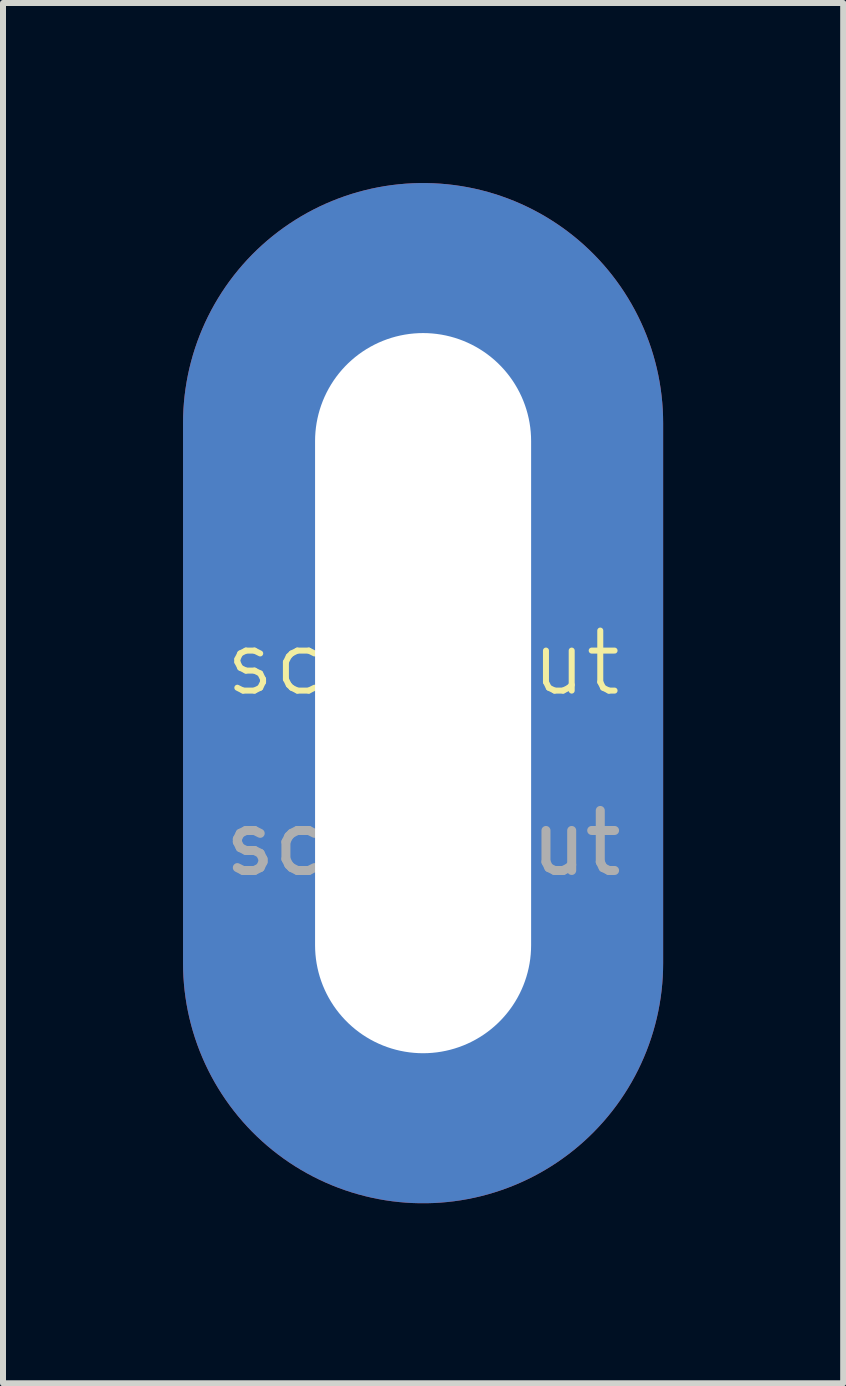
<source format=kicad_pcb>
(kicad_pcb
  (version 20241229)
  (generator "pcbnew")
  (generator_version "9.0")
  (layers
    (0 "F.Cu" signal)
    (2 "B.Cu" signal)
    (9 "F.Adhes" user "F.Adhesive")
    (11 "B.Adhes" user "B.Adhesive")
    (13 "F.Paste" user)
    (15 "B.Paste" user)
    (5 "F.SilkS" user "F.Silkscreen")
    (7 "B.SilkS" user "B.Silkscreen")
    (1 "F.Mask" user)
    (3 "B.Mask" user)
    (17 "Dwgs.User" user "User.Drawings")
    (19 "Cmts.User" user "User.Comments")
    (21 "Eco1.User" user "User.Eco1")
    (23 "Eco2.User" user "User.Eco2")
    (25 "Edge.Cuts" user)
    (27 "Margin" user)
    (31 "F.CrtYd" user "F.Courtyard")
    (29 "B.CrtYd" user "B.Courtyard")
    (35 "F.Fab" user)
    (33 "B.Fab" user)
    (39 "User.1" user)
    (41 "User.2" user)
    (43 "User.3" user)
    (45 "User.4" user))
  (footprint "screwnut"
    (layer "F.Cu")
    (at 4 8.5)
    (property "Reference" "screwnut" (at 0 -0.5 0) (unlocked yes) (layer "F.SilkS") (effects (font (size 1 1) (thickness 0.1))))
    (attr smd)
    (fp_text user "${REFERENCE}" (at 0 2.5 0) (unlocked yes) (layer "F.Fab") (effects (font (size 1 1) (thickness 0.15))))
    (pad "1" thru_hole oval (at 0 0) (size 8 17) (drill oval 3.6 12) (layers "*.Cu" "*.Mask")))
  (gr_rect
    (start -3 -3)
    (end 11 20)
    (stroke (width 0.1) (type default))
    (fill no)
    (layer "Edge.Cuts")))
</source>
